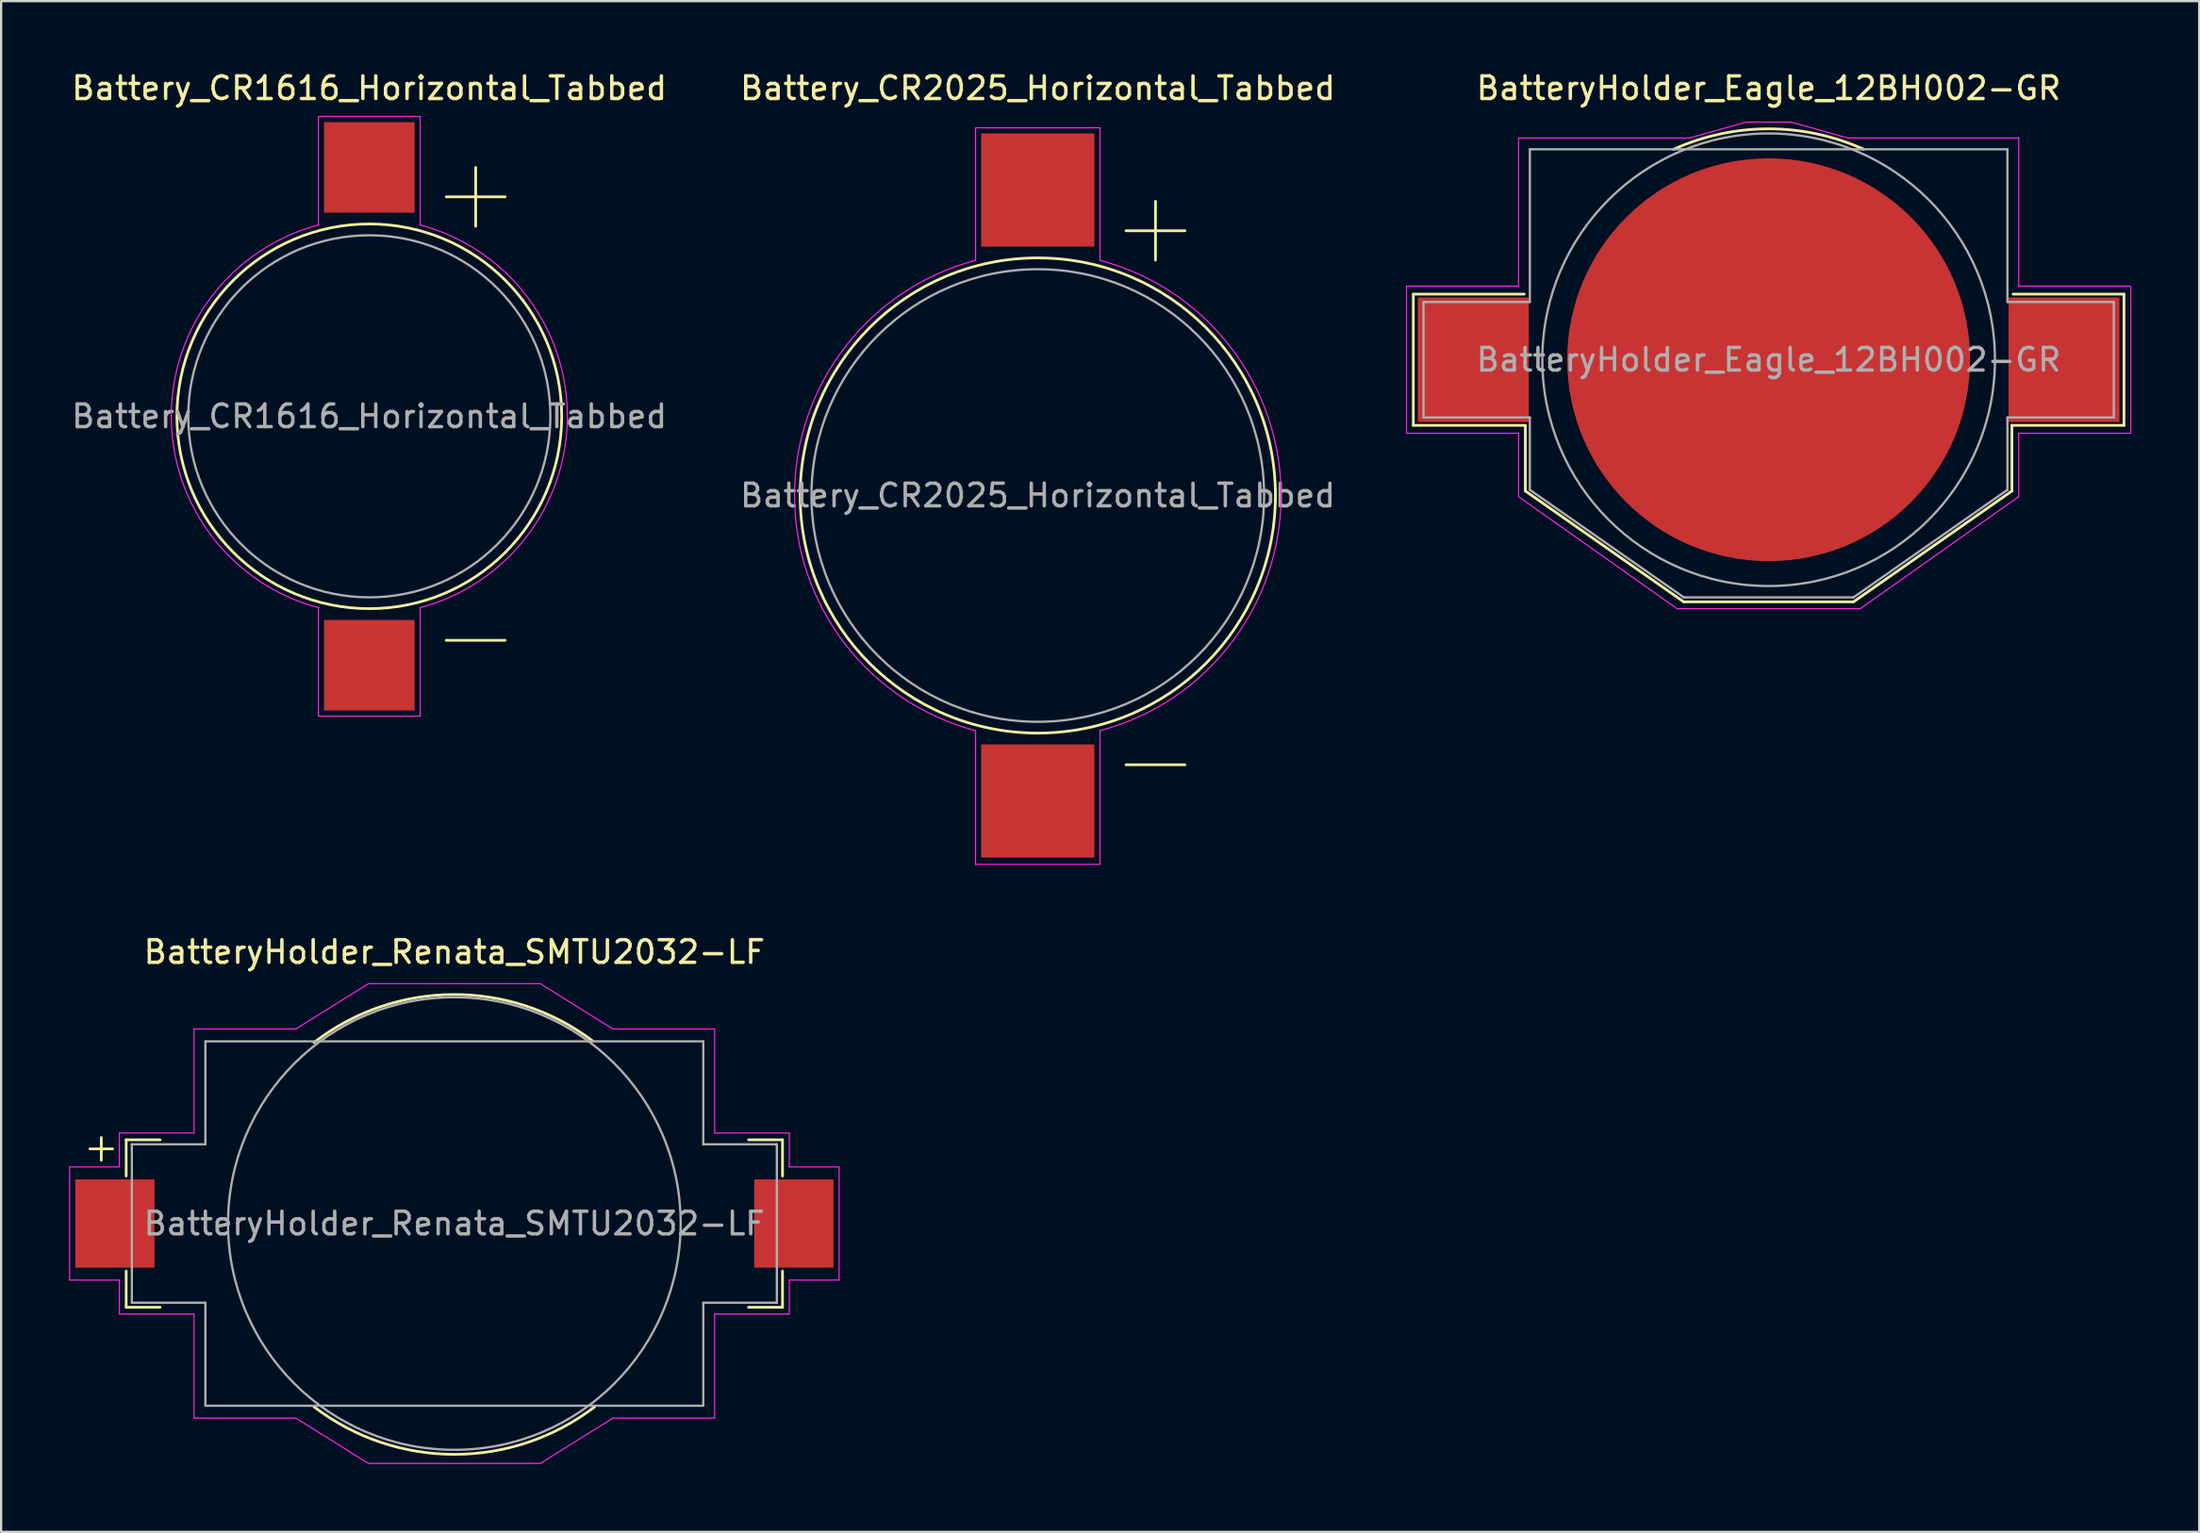
<source format=kicad_pcb>
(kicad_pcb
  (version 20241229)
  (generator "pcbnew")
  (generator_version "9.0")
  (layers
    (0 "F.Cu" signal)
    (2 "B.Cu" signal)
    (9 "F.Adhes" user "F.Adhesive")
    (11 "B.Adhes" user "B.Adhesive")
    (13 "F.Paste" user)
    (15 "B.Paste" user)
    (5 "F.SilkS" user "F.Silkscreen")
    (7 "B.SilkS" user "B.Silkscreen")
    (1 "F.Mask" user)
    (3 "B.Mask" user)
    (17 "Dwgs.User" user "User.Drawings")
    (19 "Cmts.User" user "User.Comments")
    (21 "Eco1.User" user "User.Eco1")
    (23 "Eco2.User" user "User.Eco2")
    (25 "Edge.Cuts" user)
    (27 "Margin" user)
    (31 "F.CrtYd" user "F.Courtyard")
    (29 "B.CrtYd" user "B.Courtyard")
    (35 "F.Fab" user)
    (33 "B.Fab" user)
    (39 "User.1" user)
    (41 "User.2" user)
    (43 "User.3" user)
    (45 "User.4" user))
  (footprint "BatteryHolder_Eagle_12BH002-GR"
    (layer "F.Cu")
    (at 75.096 12.848)
    (property "Reference" "BatteryHolder_Eagle_12BH002-GR" (at 0 -12 0) (layer "F.SilkS") (effects (font (size 1 1) (thickness 0.15))))
    (attr smd)
    (fp_line (start -15.7 -2.9) (end -15.7 2.9) (stroke (width 0.12) (type solid)) (layer "F.SilkS"))
    (fp_line (start -15.7 2.9) (end -10.8 2.9) (stroke (width 0.12) (type solid)) (layer "F.SilkS"))
    (fp_line (start -10.8 -2.9) (end -15.7 -2.9) (stroke (width 0.12) (type solid)) (layer "F.SilkS"))
    (fp_line (start -10.75 2.9) (end -10.75 5.8) (stroke (width 0.12) (type solid)) (layer "F.SilkS"))
    (fp_line (start -3.75 10.7) (end -10.75 5.8) (stroke (width 0.12) (type solid)) (layer "F.SilkS"))
    (fp_line (start -3.75 10.7) (end 3.75 10.7) (stroke (width 0.12) (type solid)) (layer "F.SilkS"))
    (fp_line (start 3.75 10.7) (end 10.75 5.8) (stroke (width 0.12) (type solid)) (layer "F.SilkS"))
    (fp_line (start 10.75 2.9) (end 10.75 5.8) (stroke (width 0.12) (type solid)) (layer "F.SilkS"))
    (fp_line (start 10.8 -2.9) (end 15.7 -2.9) (stroke (width 0.12) (type solid)) (layer "F.SilkS"))
    (fp_line (start 15.7 -2.9) (end 15.7 2.9) (stroke (width 0.12) (type solid)) (layer "F.SilkS"))
    (fp_line (start 15.7 2.9) (end 10.75 2.9) (stroke (width 0.12) (type solid)) (layer "F.SilkS"))
    (fp_arc (start -4.2 -9.3) (mid 0 -10.204411) (end 4.2 -9.3) (stroke (width 0.12) (type solid)) (layer "F.SilkS"))
    (fp_line (start -16 -3.25) (end -16 3.25) (stroke (width 0.05) (type solid)) (layer "F.CrtYd"))
    (fp_line (start -16 -3.25) (end -11.05 -3.25) (stroke (width 0.05) (type solid)) (layer "F.CrtYd"))
    (fp_line (start -16 3.25) (end -11.05 3.25) (stroke (width 0.05) (type solid)) (layer "F.CrtYd"))
    (fp_line (start -11.05 -9.8) (end -3.5 -9.8) (stroke (width 0.05) (type solid)) (layer "F.CrtYd"))
    (fp_line (start -11.05 -3.25) (end -11.05 -9.8) (stroke (width 0.05) (type solid)) (layer "F.CrtYd"))
    (fp_line (start -11.05 3.25) (end -11.05 6.05) (stroke (width 0.05) (type solid)) (layer "F.CrtYd"))
    (fp_line (start -11.05 6.05) (end -4.05 11) (stroke (width 0.05) (type solid)) (layer "F.CrtYd"))
    (fp_line (start -4.05 11) (end 4.05 11) (stroke (width 0.05) (type solid)) (layer "F.CrtYd"))
    (fp_line (start -3.5 -9.8) (end -1 -10.5) (stroke (width 0.05) (type solid)) (layer "F.CrtYd"))
    (fp_line (start 1 -10.5) (end -1 -10.5) (stroke (width 0.05) (type solid)) (layer "F.CrtYd"))
    (fp_line (start 3.5 -9.8) (end 1 -10.5) (stroke (width 0.05) (type solid)) (layer "F.CrtYd"))
    (fp_line (start 11.05 -9.8) (end 3.5 -9.8) (stroke (width 0.05) (type solid)) (layer "F.CrtYd"))
    (fp_line (start 11.05 -3.25) (end 11.05 -9.8) (stroke (width 0.05) (type solid)) (layer "F.CrtYd"))
    (fp_line (start 11.05 3.25) (end 11.05 6.05) (stroke (width 0.05) (type solid)) (layer "F.CrtYd"))
    (fp_line (start 11.05 6.05) (end 4.05 11) (stroke (width 0.05) (type solid)) (layer "F.CrtYd"))
    (fp_line (start 16 -3.25) (end 11.05 -3.25) (stroke (width 0.05) (type solid)) (layer "F.CrtYd"))
    (fp_line (start 16 -3.25) (end 16 3.25) (stroke (width 0.05) (type solid)) (layer "F.CrtYd"))
    (fp_line (start 16 3.25) (end 11.05 3.25) (stroke (width 0.05) (type solid)) (layer "F.CrtYd"))
    (fp_line (start -15.25 -2.55) (end -15.25 2.55) (stroke (width 0.1) (type solid)) (layer "F.Fab"))
    (fp_line (start -15.25 -2.55) (end -10.55 -2.55) (stroke (width 0.1) (type solid)) (layer "F.Fab"))
    (fp_line (start -15.25 2.55) (end -10.55 2.55) (stroke (width 0.1) (type solid)) (layer "F.Fab"))
    (fp_line (start -10.55 -2.55) (end -10.55 -9.3) (stroke (width 0.1) (type solid)) (layer "F.Fab"))
    (fp_line (start -10.55 5.75) (end -10.55 2.55) (stroke (width 0.1) (type solid)) (layer "F.Fab"))
    (fp_line (start -3.75 10.5) (end -10.55 5.75) (stroke (width 0.1) (type solid)) (layer "F.Fab"))
    (fp_line (start 3.75 10.5) (end -3.75 10.5) (stroke (width 0.1) (type solid)) (layer "F.Fab"))
    (fp_line (start 3.75 10.5) (end 10.55 5.75) (stroke (width 0.1) (type solid)) (layer "F.Fab"))
    (fp_line (start 10.55 -9.3) (end -10.55 -9.3) (stroke (width 0.1) (type solid)) (layer "F.Fab"))
    (fp_line (start 10.55 -2.55) (end 10.55 -9.3) (stroke (width 0.1) (type solid)) (layer "F.Fab"))
    (fp_line (start 10.55 5.75) (end 10.55 2.55) (stroke (width 0.1) (type solid)) (layer "F.Fab"))
    (fp_line (start 15.25 -2.55) (end 10.55 -2.55) (stroke (width 0.1) (type solid)) (layer "F.Fab"))
    (fp_line (start 15.25 -2.55) (end 15.25 2.55) (stroke (width 0.1) (type solid)) (layer "F.Fab"))
    (fp_line (start 15.25 2.55) (end 10.55 2.55) (stroke (width 0.1) (type solid)) (layer "F.Fab"))
    (fp_circle (center 0 0) (end 10 0) (stroke (width 0.1) (type solid)) (fill no) (layer "F.Fab"))
    (fp_text user "${REFERENCE}" (at 0 0 0) (layer "F.Fab") (effects (font (size 1 1) (thickness 0.15))))
    (pad "1" smd rect (at -13.05 0) (size 4.9 5.5) (layers "F.Cu" "F.Mask" "F.Paste"))
    (pad "1" smd rect (at 13.05 0) (size 4.9 5.5) (layers "F.Cu" "F.Mask" "F.Paste"))
    (pad "2" connect circle (at 0 0) (size 17.8 17.8) (layers "F.Cu" "F.Mask")))
  (footprint "BatteryHolder_Renata_SMTU2032-LF"
    (layer "F.Cu")
    (at 17.025 51.022)
    (property "Reference" "BatteryHolder_Renata_SMTU2032-LF" (at 0 -12 0) (layer "F.SilkS") (effects (font (size 1 1) (thickness 0.15))))
    (attr smd)
    (fp_line (start -16.1 -3.3) (end -15.1 -3.3) (stroke (width 0.12) (type solid)) (layer "F.SilkS"))
    (fp_line (start -15.6 -3.8) (end -15.6 -2.8) (stroke (width 0.12) (type solid)) (layer "F.SilkS"))
    (fp_line (start -14.5 -3.7) (end -13 -3.7) (stroke (width 0.12) (type solid)) (layer "F.SilkS"))
    (fp_line (start -14.5 -2.1) (end -14.5 -3.7) (stroke (width 0.12) (type solid)) (layer "F.SilkS"))
    (fp_line (start -14.5 3.7) (end -14.5 2.1) (stroke (width 0.12) (type solid)) (layer "F.SilkS"))
    (fp_line (start -14.5 3.7) (end -13 3.7) (stroke (width 0.12) (type solid)) (layer "F.SilkS"))
    (fp_line (start 13 -3.7) (end 14.5 -3.7) (stroke (width 0.12) (type solid)) (layer "F.SilkS"))
    (fp_line (start 13 3.7) (end 14.5 3.7) (stroke (width 0.12) (type solid)) (layer "F.SilkS"))
    (fp_line (start 14.5 -2.1) (end 14.5 -3.7) (stroke (width 0.12) (type solid)) (layer "F.SilkS"))
    (fp_line (start 14.5 3.7) (end 14.5 2.1) (stroke (width 0.12) (type solid)) (layer "F.SilkS"))
    (fp_arc (start -6.2 -8) (mid -0.057532 -10.121101) (end 6.108653 -8.069966) (stroke (width 0.12) (type solid)) (layer "F.SilkS"))
    (fp_arc (start 6.2 8.1) (mid 0 10.20049) (end -6.2 8.1) (stroke (width 0.12) (type solid)) (layer "F.SilkS"))
    (fp_line (start -17 -2.5) (end -17 2.5) (stroke (width 0.05) (type solid)) (layer "F.CrtYd"))
    (fp_line (start -17 -2.5) (end -14.8 -2.5) (stroke (width 0.05) (type solid)) (layer "F.CrtYd"))
    (fp_line (start -17 2.5) (end -14.8 2.5) (stroke (width 0.05) (type solid)) (layer "F.CrtYd"))
    (fp_line (start -14.8 -4) (end -11.5 -4) (stroke (width 0.05) (type solid)) (layer "F.CrtYd"))
    (fp_line (start -14.8 -2.5) (end -14.8 -4) (stroke (width 0.05) (type solid)) (layer "F.CrtYd"))
    (fp_line (start -14.8 2.5) (end -14.8 4) (stroke (width 0.05) (type solid)) (layer "F.CrtYd"))
    (fp_line (start -14.8 4) (end -11.5 4) (stroke (width 0.05) (type solid)) (layer "F.CrtYd"))
    (fp_line (start -11.5 -4) (end -11.5 -8.6) (stroke (width 0.05) (type solid)) (layer "F.CrtYd"))
    (fp_line (start -11.5 4) (end -11.5 8.6) (stroke (width 0.05) (type solid)) (layer "F.CrtYd"))
    (fp_line (start -7 -8.6) (end -11.5 -8.6) (stroke (width 0.05) (type solid)) (layer "F.CrtYd"))
    (fp_line (start -7 -8.6) (end -3.8 -10.6) (stroke (width 0.05) (type solid)) (layer "F.CrtYd"))
    (fp_line (start -7 8.6) (end -11.5 8.6) (stroke (width 0.05) (type solid)) (layer "F.CrtYd"))
    (fp_line (start -7 8.6) (end -3.8 10.6) (stroke (width 0.05) (type solid)) (layer "F.CrtYd"))
    (fp_line (start -3.8 -10.6) (end 3.8 -10.6) (stroke (width 0.05) (type solid)) (layer "F.CrtYd"))
    (fp_line (start -3.8 10.6) (end 3.8 10.6) (stroke (width 0.05) (type solid)) (layer "F.CrtYd"))
    (fp_line (start 3.8 -10.6) (end 7 -8.6) (stroke (width 0.05) (type solid)) (layer "F.CrtYd"))
    (fp_line (start 3.8 10.6) (end 7 8.6) (stroke (width 0.05) (type solid)) (layer "F.CrtYd"))
    (fp_line (start 7 -8.6) (end 11.5 -8.6) (stroke (width 0.05) (type solid)) (layer "F.CrtYd"))
    (fp_line (start 7 8.6) (end 11.5 8.6) (stroke (width 0.05) (type solid)) (layer "F.CrtYd"))
    (fp_line (start 11.5 -4) (end 11.5 -8.6) (stroke (width 0.05) (type solid)) (layer "F.CrtYd"))
    (fp_line (start 11.5 4) (end 11.5 8.6) (stroke (width 0.05) (type solid)) (layer "F.CrtYd"))
    (fp_line (start 14.8 -4) (end 11.5 -4) (stroke (width 0.05) (type solid)) (layer "F.CrtYd"))
    (fp_line (start 14.8 -2.5) (end 14.8 -4) (stroke (width 0.05) (type solid)) (layer "F.CrtYd"))
    (fp_line (start 14.8 2.5) (end 14.8 4) (stroke (width 0.05) (type solid)) (layer "F.CrtYd"))
    (fp_line (start 14.8 4) (end 11.5 4) (stroke (width 0.05) (type solid)) (layer "F.CrtYd"))
    (fp_line (start 17 -2.5) (end 14.8 -2.5) (stroke (width 0.05) (type solid)) (layer "F.CrtYd"))
    (fp_line (start 17 -2.5) (end 17 2.5) (stroke (width 0.05) (type solid)) (layer "F.CrtYd"))
    (fp_line (start 17 2.5) (end 14.8 2.5) (stroke (width 0.05) (type solid)) (layer "F.CrtYd"))
    (fp_line (start -14.25 -3.5) (end -14.25 3.5) (stroke (width 0.1) (type solid)) (layer "F.Fab"))
    (fp_line (start -14.25 -3.5) (end -11 -3.5) (stroke (width 0.1) (type solid)) (layer "F.Fab"))
    (fp_line (start -14.25 3.5) (end -11 3.5) (stroke (width 0.1) (type solid)) (layer "F.Fab"))
    (fp_line (start -11 -8.05) (end -11 -3.5) (stroke (width 0.1) (type solid)) (layer "F.Fab"))
    (fp_line (start -11 -8.05) (end 11 -8.05) (stroke (width 0.1) (type solid)) (layer "F.Fab"))
    (fp_line (start -11 3.5) (end -11 8.05) (stroke (width 0.1) (type solid)) (layer "F.Fab"))
    (fp_line (start -11 8.05) (end 11 8.05) (stroke (width 0.1) (type solid)) (layer "F.Fab"))
    (fp_line (start 11 -8.05) (end 11 -3.5) (stroke (width 0.1) (type solid)) (layer "F.Fab"))
    (fp_line (start 11 -3.5) (end 14.25 -3.5) (stroke (width 0.1) (type solid)) (layer "F.Fab"))
    (fp_line (start 11 3.5) (end 11 8.05) (stroke (width 0.1) (type solid)) (layer "F.Fab"))
    (fp_line (start 11 3.5) (end 14.25 3.5) (stroke (width 0.1) (type solid)) (layer "F.Fab"))
    (fp_line (start 14.25 -3.5) (end 14.25 3.5) (stroke (width 0.1) (type solid)) (layer "F.Fab"))
    (fp_circle (center 0 0) (end 10 0) (stroke (width 0.1) (type solid)) (fill no) (layer "F.Fab"))
    (fp_text user "${REFERENCE}" (at 0 0 0) (layer "F.Fab") (effects (font (size 1 1) (thickness 0.15))))
    (pad "1" smd rect (at -15 0) (size 3.5 3.9) (layers "F.Cu" "F.Mask" "F.Paste"))
    (pad "2" smd rect (at 15 0) (size 3.5 3.9) (layers "F.Cu" "F.Mask" "F.Paste")))
  (footprint "Battery_CR2025_Horizontal_Tabbed"
    (layer "F.Cu")
    (at 42.804 18.848)
    (property "Reference" "Battery_CR2025_Horizontal_Tabbed" (at 0 -18 0) (layer "F.SilkS") (effects (font (size 1 1) (thickness 0.15))))
    (attr smd)
    (fp_line (start 3.9 -11.7) (end 6.5 -11.7) (stroke (width 0.12) (type solid)) (layer "F.SilkS"))
    (fp_line (start 3.9 11.9) (end 6.5 11.9) (stroke (width 0.12) (type solid)) (layer "F.SilkS"))
    (fp_line (start 5.2 -10.4) (end 5.2 -13) (stroke (width 0.12) (type solid)) (layer "F.SilkS"))
    (fp_circle (center 0 0) (end 10.5 0) (stroke (width 0.12) (type solid)) (fill no) (layer "F.SilkS"))
    (fp_line (start -2.75 -16.25) (end -2.75 -10.4) (stroke (width 0.05) (type solid)) (layer "F.CrtYd"))
    (fp_line (start -2.75 -16.25) (end 2.75 -16.25) (stroke (width 0.05) (type solid)) (layer "F.CrtYd"))
    (fp_line (start -2.75 10.4) (end -2.75 16.3) (stroke (width 0.05) (type solid)) (layer "F.CrtYd"))
    (fp_line (start -2.75 16.3) (end 2.75 16.3) (stroke (width 0.05) (type solid)) (layer "F.CrtYd"))
    (fp_line (start 2.75 -16.25) (end 2.75 -10.4) (stroke (width 0.05) (type solid)) (layer "F.CrtYd"))
    (fp_line (start 2.75 10.4) (end 2.75 16.3) (stroke (width 0.05) (type solid)) (layer "F.CrtYd"))
    (fp_arc (start -10.75 0) (mid -8.517114 -6.55906) (end -2.746042 -10.393351) (stroke (width 0.05) (type solid)) (layer "F.CrtYd"))
    (fp_arc (start -2.746042 10.393351) (mid -8.517113 6.55906) (end -10.75 0) (stroke (width 0.05) (type solid)) (layer "F.CrtYd"))
    (fp_arc (start 2.746042 -10.393351) (mid 8.517113 -6.55906) (end 10.75 0) (stroke (width 0.05) (type solid)) (layer "F.CrtYd"))
    (fp_arc (start 10.75 0) (mid 8.517114 6.55906) (end 2.746042 10.393351) (stroke (width 0.05) (type solid)) (layer "F.CrtYd"))
    (fp_circle (center 0 0) (end 10 0) (stroke (width 0.1) (type solid)) (fill no) (layer "F.Fab"))
    (fp_text user "${REFERENCE}" (at 0 0 0) (layer "F.Fab") (effects (font (size 1 1) (thickness 0.15))))
    (pad "1" smd rect (at 0 -13.5) (size 5 5) (layers "F.Cu" "F.Mask" "F.Paste"))
    (pad "2" smd rect (at 0 13.5) (size 5 5) (layers "F.Cu" "F.Mask" "F.Paste")))
  (footprint "Battery_CR1616_Horizontal_Tabbed"
    (layer "F.Cu")
    (at 13.268 15.348)
    (property "Reference" "Battery_CR1616_Horizontal_Tabbed" (at 0 -14.5 0) (layer "F.SilkS") (effects (font (size 1 1) (thickness 0.15))))
    (attr smd)
    (fp_line (start 3.4 -9.7) (end 6 -9.7) (stroke (width 0.12) (type solid)) (layer "F.SilkS"))
    (fp_line (start 3.4 9.9) (end 6 9.9) (stroke (width 0.12) (type solid)) (layer "F.SilkS"))
    (fp_line (start 4.7 -8.4) (end 4.7 -11) (stroke (width 0.12) (type solid)) (layer "F.SilkS"))
    (fp_circle (center 0 0) (end 8.5 0) (stroke (width 0.12) (type solid)) (fill no) (layer "F.SilkS"))
    (fp_line (start -2.25 -13.25) (end -2.25 -8.45) (stroke (width 0.05) (type solid)) (layer "F.CrtYd"))
    (fp_line (start -2.25 -13.25) (end 2.25 -13.25) (stroke (width 0.05) (type solid)) (layer "F.CrtYd"))
    (fp_line (start -2.25 8.45) (end -2.25 13.25) (stroke (width 0.05) (type solid)) (layer "F.CrtYd"))
    (fp_line (start -2.25 13.25) (end 2.25 13.25) (stroke (width 0.05) (type solid)) (layer "F.CrtYd"))
    (fp_line (start 2.25 -13.25) (end 2.25 -8.45) (stroke (width 0.05) (type solid)) (layer "F.CrtYd"))
    (fp_line (start 2.25 8.45) (end 2.25 13.25) (stroke (width 0.05) (type solid)) (layer "F.CrtYd"))
    (fp_arc (start -8.75 0) (mid -6.932535 -5.338769) (end -2.235154 -8.459704) (stroke (width 0.05) (type solid)) (layer "F.CrtYd"))
    (fp_arc (start -2.235143 8.459707) (mid -6.932532 5.338773) (end -8.75 0) (stroke (width 0.05) (type solid)) (layer "F.CrtYd"))
    (fp_arc (start 2.235157 -8.459703) (mid 6.932537 -5.338768) (end 8.75 0) (stroke (width 0.05) (type solid)) (layer "F.CrtYd"))
    (fp_arc (start 8.75 0) (mid 6.932535 5.338769) (end 2.235154 8.459704) (stroke (width 0.05) (type solid)) (layer "F.CrtYd"))
    (fp_circle (center 0 0) (end 8 0) (stroke (width 0.1) (type solid)) (fill no) (layer "F.Fab"))
    (fp_text user "${REFERENCE}" (at 0 0 0) (layer "F.Fab") (effects (font (size 1 1) (thickness 0.15))))
    (pad "1" smd rect (at 0 -11) (size 4 4) (layers "F.Cu" "F.Mask" "F.Paste"))
    (pad "2" smd rect (at 0 11) (size 4 4) (layers "F.Cu" "F.Mask" "F.Paste")))
  (gr_rect
    (start -3 -3)
    (end 94.121 64.647)
    (stroke (width 0.1) (type default))
    (fill no)
    (layer "Edge.Cuts")))
</source>
